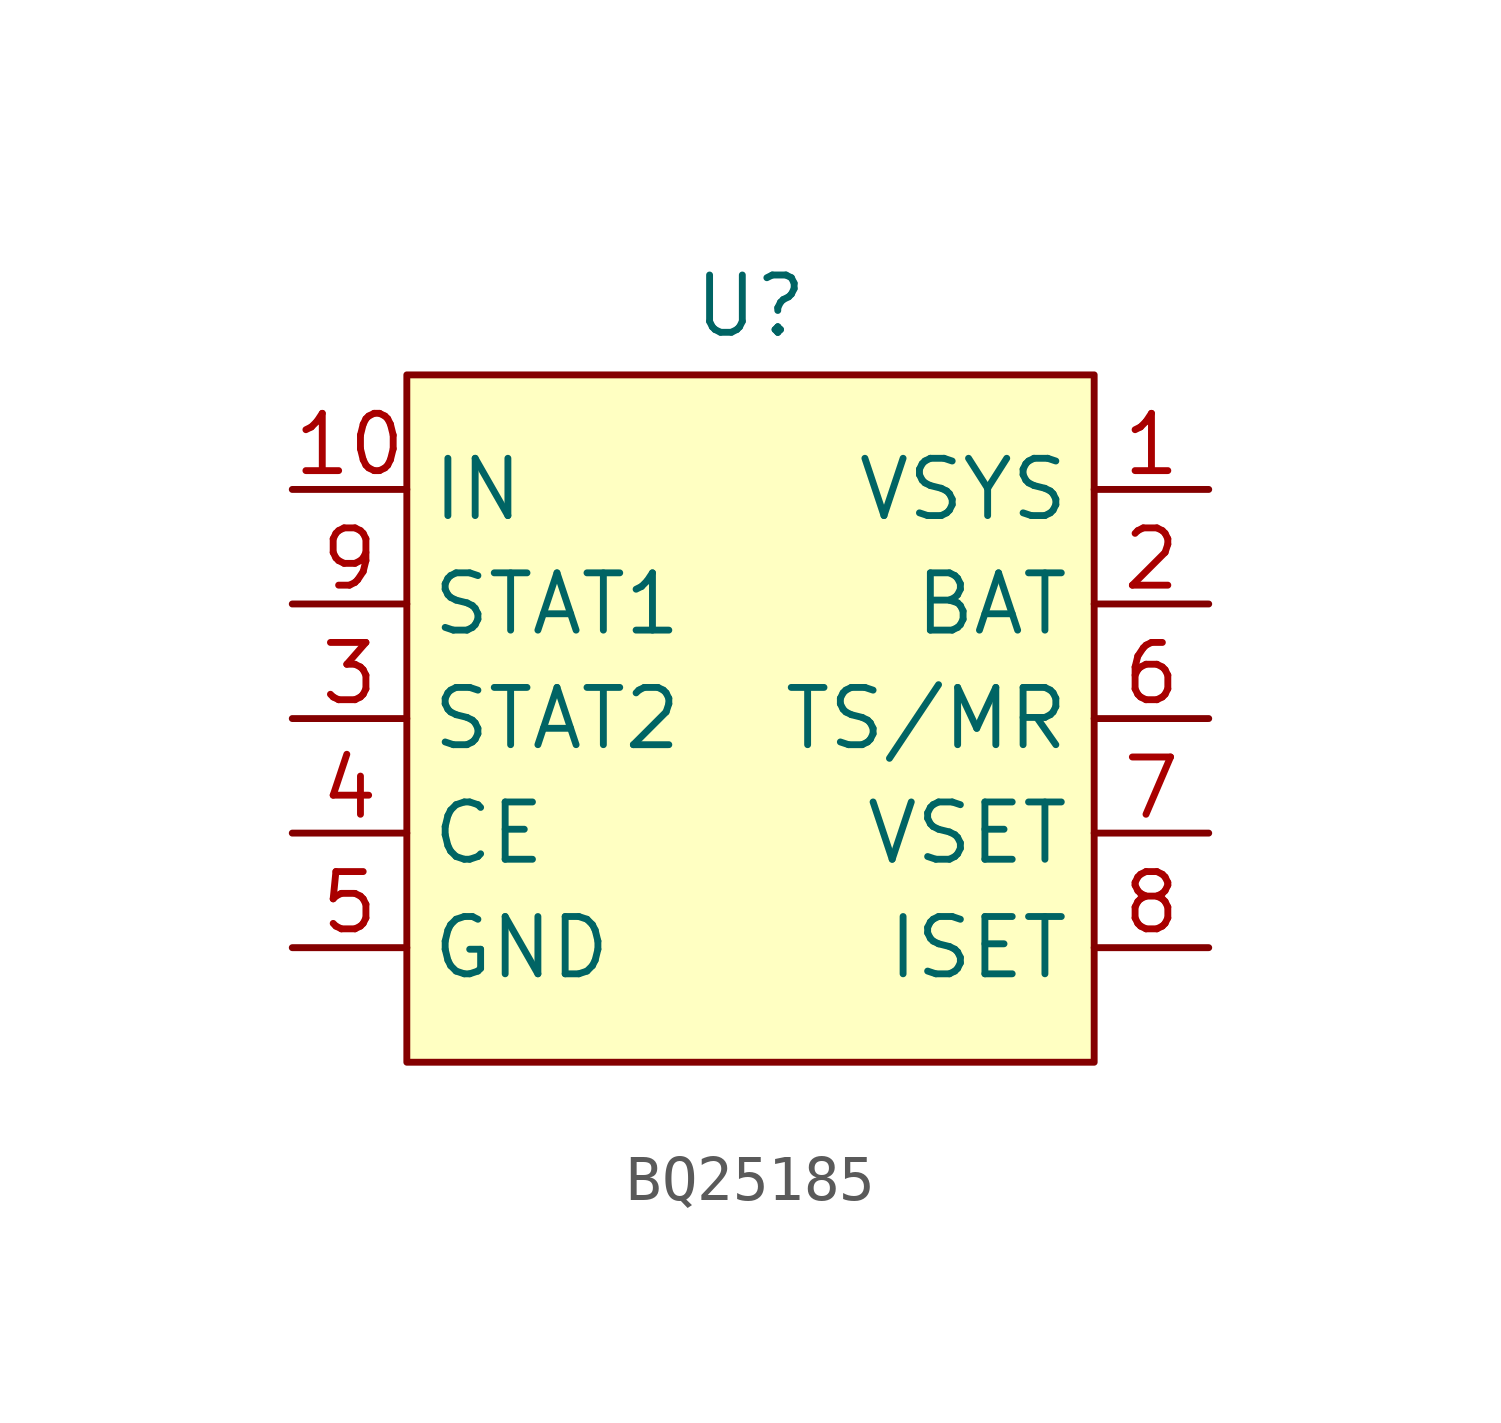
<source format=kicad_sym>
(kicad_symbol_lib
  (version 20241209)
  (generator "kicad_symbol_editor")
  (generator_version "9.0")
  (symbol "BQ25185"
    (property "Reference" "U"
      (at 0 9.144 0)
      (effects (font (size 1.27 1.27))))
    (property "Value" ""
      (at 0 0 0)
      (effects (font (size 1.27 1.27))))
    (symbol "BQ25185_1_1"
      (rectangle (start -7.62 7.62) (end 7.62 -7.62) (stroke (width 0) (type solid)) (fill (type background)))
      (pin power_in line (at -10.16 5.08 0) (length 2.54) (name "IN" (effects (font (size 1.27 1.27)))) (number "10" (effects (font (size 1.27 1.27)))))
      (pin output line (at -10.16 2.54 0) (length 2.54) (name "STAT1" (effects (font (size 1.27 1.27)))) (number "9" (effects (font (size 1.27 1.27)))))
      (pin output line (at -10.16 0 0) (length 2.54) (name "STAT2" (effects (font (size 1.27 1.27)))) (number "3" (effects (font (size 1.27 1.27)))))
      (pin input line (at -10.16 -2.54 0) (length 2.54) (name "CE" (effects (font (size 1.27 1.27)))) (number "4" (effects (font (size 1.27 1.27)))))
      (pin power_in line (at -10.16 -5.08 0) (length 2.54) (name "GND" (effects (font (size 1.27 1.27)))) (number "5" (effects (font (size 1.27 1.27)))))
      (pin power_out line (at 10.16 5.08 180) (length 2.54) (name "VSYS" (effects (font (size 1.27 1.27)))) (number "1" (effects (font (size 1.27 1.27)))))
      (pin power_in line (at 10.16 2.54 180) (length 2.54) (name "BAT" (effects (font (size 1.27 1.27)))) (number "2" (effects (font (size 1.27 1.27)))))
      (pin input line (at 10.16 0 180) (length 2.54) (name "TS/MR" (effects (font (size 1.27 1.27)))) (number "6" (effects (font (size 1.27 1.27)))))
      (pin input line (at 10.16 -2.54 180) (length 2.54) (name "VSET" (effects (font (size 1.27 1.27)))) (number "7" (effects (font (size 1.27 1.27)))))
      (pin input line (at 10.16 -5.08 180) (length 2.54) (name "ISET" (effects (font (size 1.27 1.27)))) (number "8" (effects (font (size 1.27 1.27))))))))
</source>
